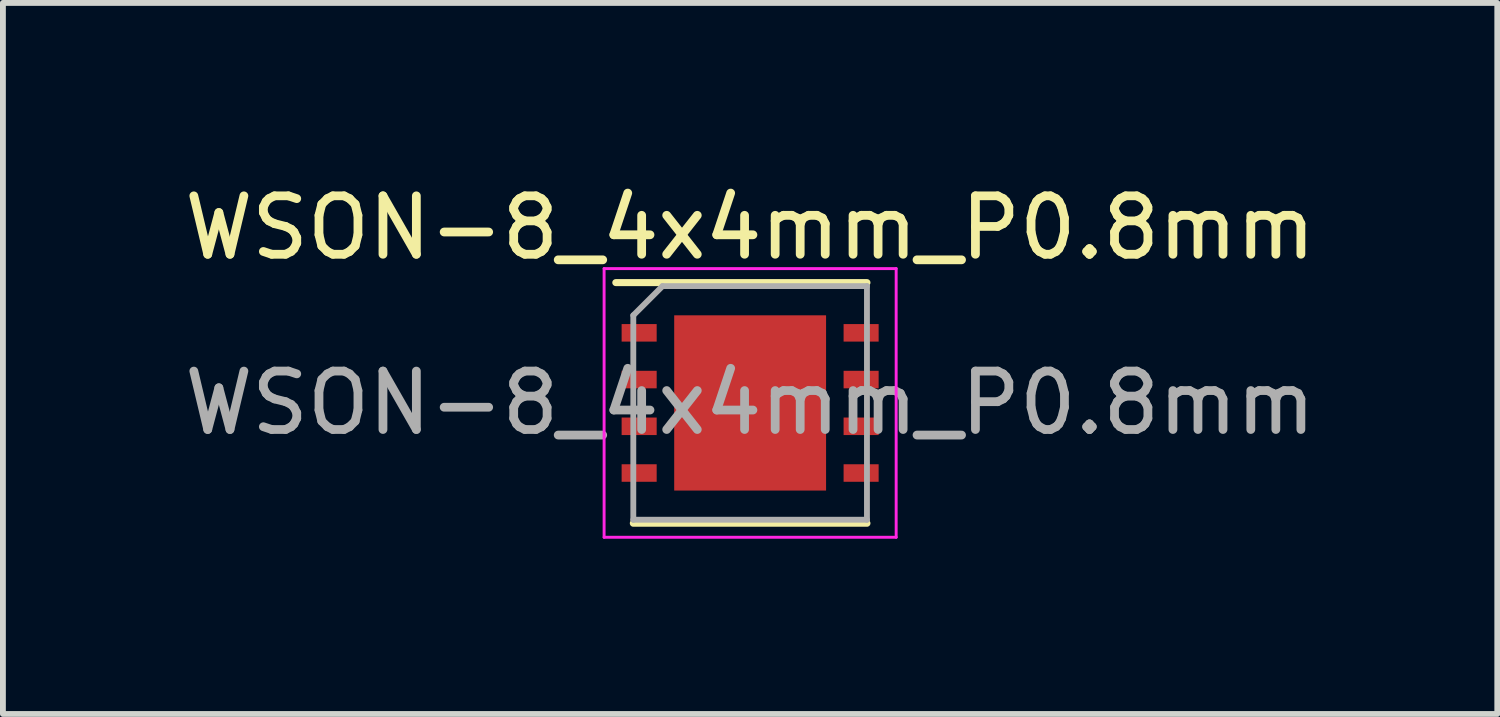
<source format=kicad_pcb>
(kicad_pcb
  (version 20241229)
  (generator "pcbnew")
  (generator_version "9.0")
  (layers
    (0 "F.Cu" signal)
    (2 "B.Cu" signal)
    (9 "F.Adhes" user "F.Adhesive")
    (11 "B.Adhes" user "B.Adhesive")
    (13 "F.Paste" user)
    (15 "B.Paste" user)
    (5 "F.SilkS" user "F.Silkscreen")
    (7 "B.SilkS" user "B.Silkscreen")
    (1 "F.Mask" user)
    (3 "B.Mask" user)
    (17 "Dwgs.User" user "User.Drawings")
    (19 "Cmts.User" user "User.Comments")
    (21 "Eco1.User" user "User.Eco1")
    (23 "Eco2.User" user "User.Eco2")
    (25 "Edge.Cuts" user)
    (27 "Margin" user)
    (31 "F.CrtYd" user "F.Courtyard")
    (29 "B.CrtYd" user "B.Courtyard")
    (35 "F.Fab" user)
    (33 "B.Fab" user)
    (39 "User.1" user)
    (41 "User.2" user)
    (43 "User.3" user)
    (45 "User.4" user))
  (footprint "WSON-8_4x4mm_P0.8mm"
    (layer "F.Cu")
    (at 9.792 3.848)
    (property "Reference" "WSON-8_4x4mm_P0.8mm" (at 0 -3 0) (layer "F.SilkS") (effects (font (size 1 1) (thickness 0.15))))
    (attr smd)
    (fp_line (start -2.3 -2.06) (end 2 -2.06) (stroke (width 0.12) (type solid)) (layer "F.SilkS"))
    (fp_line (start -2 2.06) (end 2 2.06) (stroke (width 0.12) (type solid)) (layer "F.SilkS"))
    (fp_line (start -2.5 2.3) (end -2.5 -2.3) (stroke (width 0.05) (type solid)) (layer "F.CrtYd"))
    (fp_line (start -2.5 2.3) (end 2.5 2.3) (stroke (width 0.05) (type solid)) (layer "F.CrtYd"))
    (fp_line (start 2.5 -2.3) (end -2.5 -2.3) (stroke (width 0.05) (type solid)) (layer "F.CrtYd"))
    (fp_line (start 2.5 -2.3) (end 2.5 2.3) (stroke (width 0.05) (type solid)) (layer "F.CrtYd"))
    (fp_line (start -2 -1.5) (end -2 2) (stroke (width 0.1) (type solid)) (layer "F.Fab"))
    (fp_line (start -2 2) (end 2 2) (stroke (width 0.1) (type solid)) (layer "F.Fab"))
    (fp_line (start -1.5 -2) (end -2 -1.5) (stroke (width 0.1) (type solid)) (layer "F.Fab"))
    (fp_line (start -1.5 -2) (end 2 -2) (stroke (width 0.1) (type solid)) (layer "F.Fab"))
    (fp_line (start 2 -2) (end 2 2) (stroke (width 0.1) (type solid)) (layer "F.Fab"))
    (fp_text user "${REFERENCE}" (at 0 0 0) (layer "F.Fab") (effects (font (size 1 1) (thickness 0.15))))
    (pad "" smd rect (at -0.6 -0.7) (size 0.8 1) (layers "F.Paste"))
    (pad "" smd rect (at -0.6 0.7) (size 0.8 1) (layers "F.Paste"))
    (pad "" smd rect (at 0.6 -0.7) (size 0.8 1) (layers "F.Paste"))
    (pad "" smd rect (at 0.6 0.7) (size 0.8 1) (layers "F.Paste"))
    (pad "1" smd rect (at -1.9 -1.2 270) (size 0.3 0.6) (layers "F.Cu" "F.Mask" "F.Paste"))
    (pad "2" smd rect (at -1.9 -0.4 270) (size 0.3 0.6) (layers "F.Cu" "F.Mask" "F.Paste"))
    (pad "3" smd rect (at -1.9 0.4 270) (size 0.3 0.6) (layers "F.Cu" "F.Mask" "F.Paste"))
    (pad "4" smd rect (at -1.9 1.2 270) (size 0.3 0.6) (layers "F.Cu" "F.Mask" "F.Paste"))
    (pad "5" smd rect (at 1.9 1.2 270) (size 0.3 0.6) (layers "F.Cu" "F.Mask" "F.Paste"))
    (pad "6" smd rect (at 1.9 0.4 270) (size 0.3 0.6) (layers "F.Cu" "F.Mask" "F.Paste"))
    (pad "7" smd rect (at 1.9 -0.4 270) (size 0.3 0.6) (layers "F.Cu" "F.Mask" "F.Paste"))
    (pad "8" smd rect (at 1.9 -1.2 270) (size 0.3 0.6) (layers "F.Cu" "F.Mask" "F.Paste"))
    (pad "9" smd rect (at 0 0) (size 2.6 3) (layers "F.Cu" "F.Mask")))
  (gr_rect
    (start -3 -3)
    (end 22.583 9.173)
    (stroke (width 0.1) (type default))
    (fill no)
    (layer "Edge.Cuts")))
</source>
